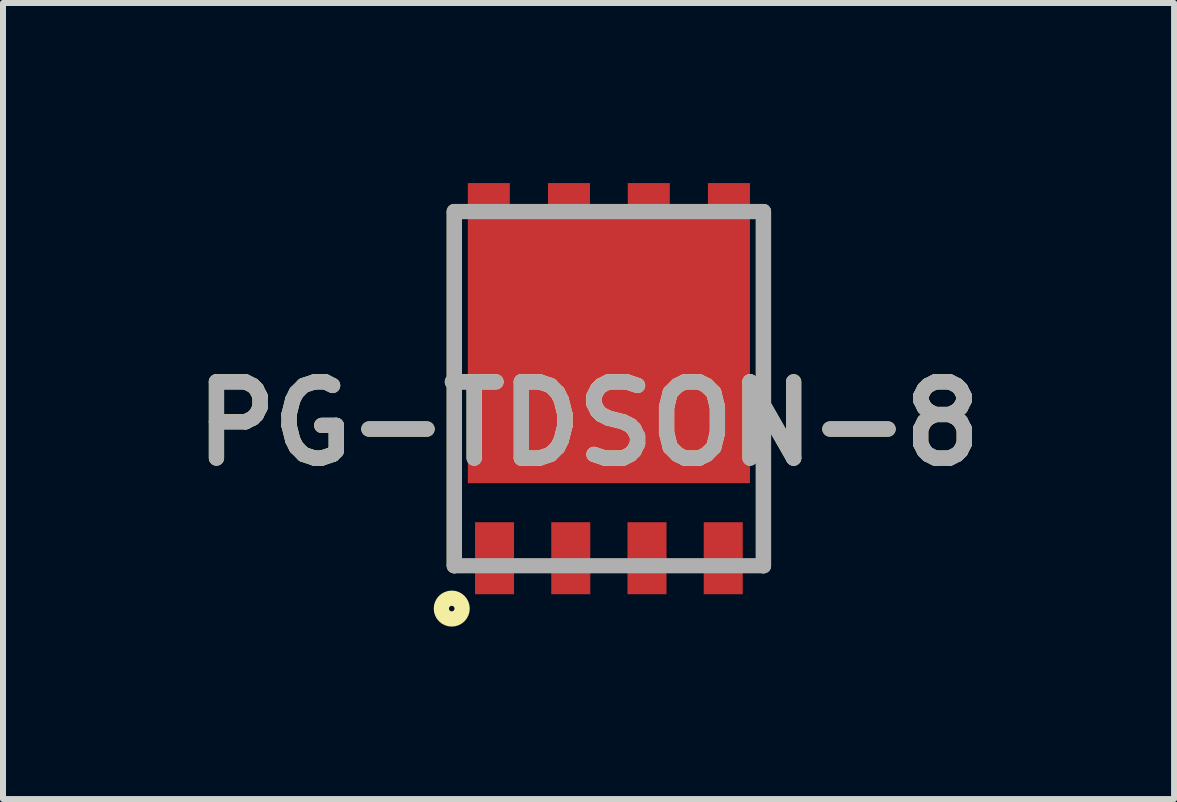
<source format=kicad_pcb>
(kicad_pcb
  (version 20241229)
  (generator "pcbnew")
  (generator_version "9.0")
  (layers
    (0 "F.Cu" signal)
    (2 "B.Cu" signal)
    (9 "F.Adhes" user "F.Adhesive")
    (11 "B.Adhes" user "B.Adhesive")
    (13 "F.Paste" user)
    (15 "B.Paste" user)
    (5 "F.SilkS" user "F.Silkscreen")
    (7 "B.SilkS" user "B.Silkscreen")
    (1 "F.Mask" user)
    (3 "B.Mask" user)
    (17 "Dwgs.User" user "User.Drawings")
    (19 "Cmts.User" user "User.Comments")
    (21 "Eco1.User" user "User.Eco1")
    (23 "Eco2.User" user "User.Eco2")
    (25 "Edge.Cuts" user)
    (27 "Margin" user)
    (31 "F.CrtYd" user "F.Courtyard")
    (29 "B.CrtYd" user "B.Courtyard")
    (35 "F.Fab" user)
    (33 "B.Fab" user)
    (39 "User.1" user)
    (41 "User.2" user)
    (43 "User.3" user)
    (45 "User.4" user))
  (footprint "PG-TDSON-8"
    (layer "F.Cu")
    (at 7.094 0.25)
    (property "Reference" "PG-TDSON-8" (at -0.339 3.757 0) (layer "F.SilkS") (effects (font (size 1.27 1.27) (thickness 0.254))))
    (attr smd)
    (fp_line (start -2.575 0.225) (end -2.575 6.125) (stroke (width 0.254) (type solid)) (layer "F.SilkS"))
    (fp_line (start 2.575 6.125) (end 2.575 0.225) (stroke (width 0.254) (type solid)) (layer "F.SilkS"))
    (fp_circle (center -2.618 6.839) (end -2.618 6.885) (stroke (width 0.254) (type solid)) (fill no) (layer "F.SilkS"))
    (fp_line (start -2.575 0.225) (end 2.575 0.225) (stroke (width 0.254) (type solid)) (layer "F.Fab"))
    (fp_line (start -2.575 6.125) (end -2.575 0.225) (stroke (width 0.254) (type solid)) (layer "F.Fab"))
    (fp_line (start 2.575 0.225) (end 2.575 6.125) (stroke (width 0.254) (type solid)) (layer "F.Fab"))
    (fp_line (start 2.575 6.125) (end -2.575 6.125) (stroke (width 0.254) (type solid)) (layer "F.Fab"))
    (fp_text user "${REFERENCE}" (at -0.339 3.757 0) (layer "F.Fab") (effects (font (size 1.27 1.27) (thickness 0.254))))
    (pad "1" smd rect (at -1.905 6) (size 0.65 1.2) (layers "F.Cu" "F.Mask" "F.Paste"))
    (pad "2" smd rect (at -0.635 6) (size 0.65 1.2) (layers "F.Cu" "F.Mask" "F.Paste"))
    (pad "3" smd rect (at 0.635 6) (size 0.65 1.2) (layers "F.Cu" "F.Mask" "F.Paste"))
    (pad "4" smd rect (at 1.905 6) (size 0.65 1.2) (layers "F.Cu" "F.Mask" "F.Paste"))
    (pad "5" smd rect (at 2 0 90) (size 0.5 0.7) (layers "F.Cu" "F.Mask" "F.Paste"))
    (pad "6" smd rect (at 0.665 0 90) (size 0.5 0.7) (layers "F.Cu" "F.Mask" "F.Paste"))
    (pad "7" smd rect (at -0.665 0 90) (size 0.5 0.7) (layers "F.Cu" "F.Mask" "F.Paste"))
    (pad "8" smd rect (at -2 0 90) (size 0.5 0.7) (layers "F.Cu" "F.Mask" "F.Paste"))
    (pad "9" smd rect (at 0 2.5 90) (size 4.5 4.7) (layers "F.Cu" "F.Mask" "F.Paste")))
  (gr_rect
    (start -3 -3)
    (end 16.51 10.262)
    (stroke (width 0.1) (type default))
    (fill no)
    (layer "Edge.Cuts")))
</source>
